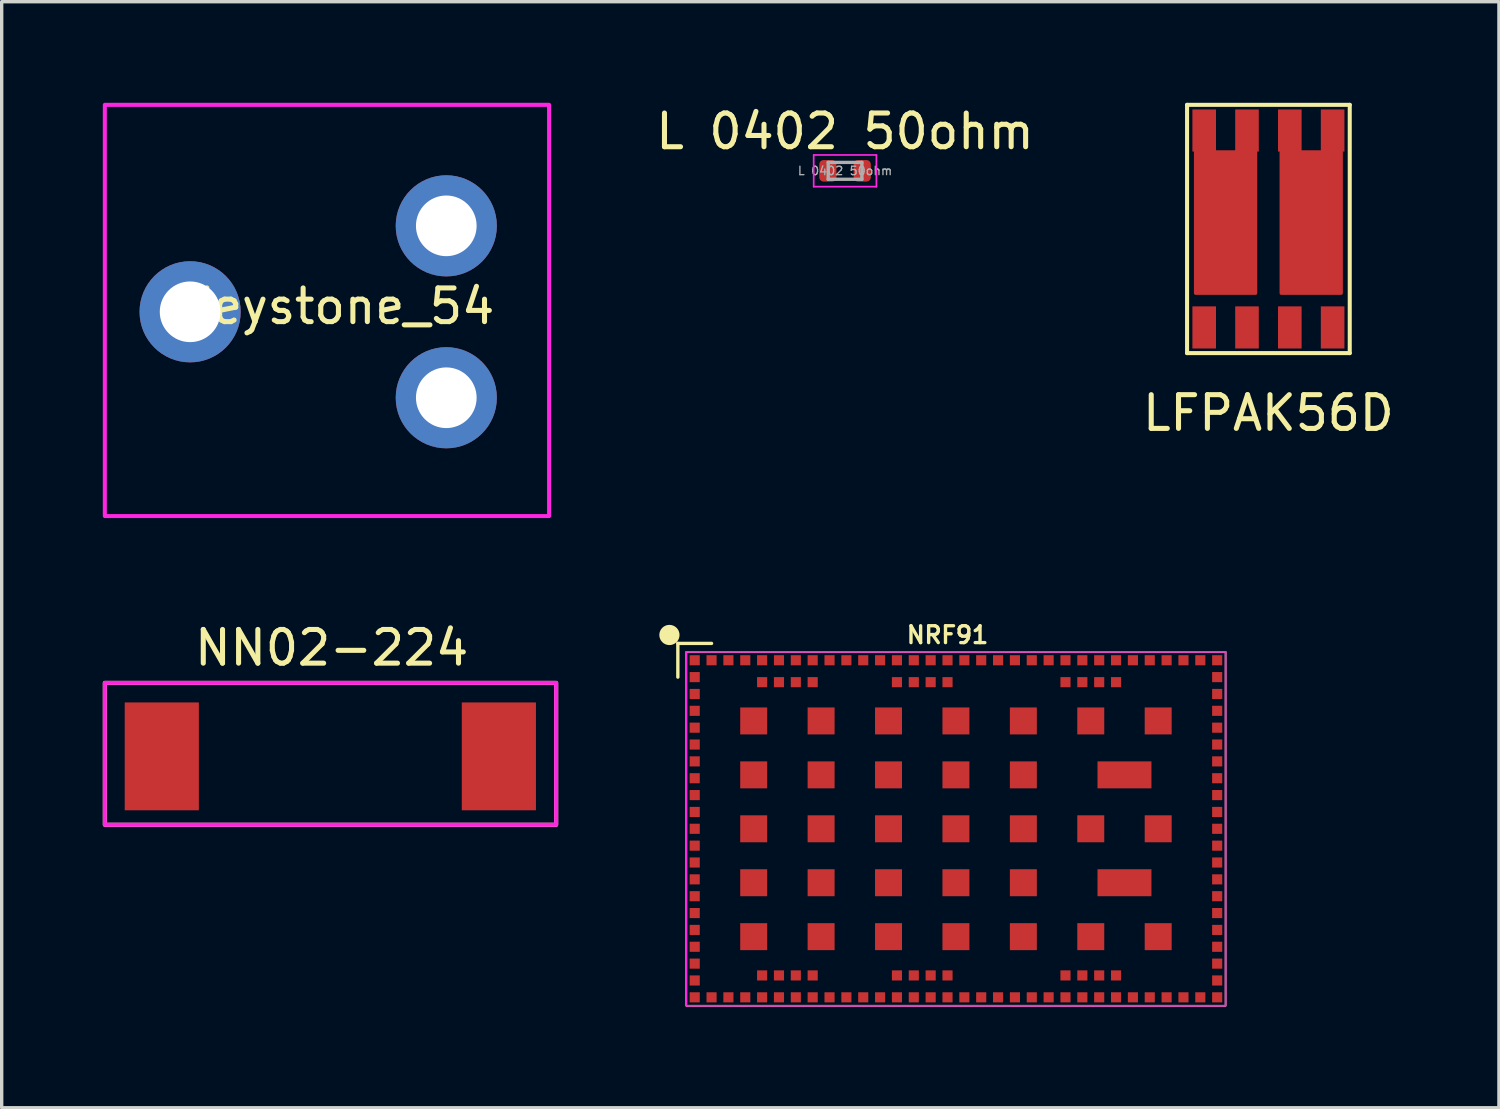
<source format=kicad_pcb>
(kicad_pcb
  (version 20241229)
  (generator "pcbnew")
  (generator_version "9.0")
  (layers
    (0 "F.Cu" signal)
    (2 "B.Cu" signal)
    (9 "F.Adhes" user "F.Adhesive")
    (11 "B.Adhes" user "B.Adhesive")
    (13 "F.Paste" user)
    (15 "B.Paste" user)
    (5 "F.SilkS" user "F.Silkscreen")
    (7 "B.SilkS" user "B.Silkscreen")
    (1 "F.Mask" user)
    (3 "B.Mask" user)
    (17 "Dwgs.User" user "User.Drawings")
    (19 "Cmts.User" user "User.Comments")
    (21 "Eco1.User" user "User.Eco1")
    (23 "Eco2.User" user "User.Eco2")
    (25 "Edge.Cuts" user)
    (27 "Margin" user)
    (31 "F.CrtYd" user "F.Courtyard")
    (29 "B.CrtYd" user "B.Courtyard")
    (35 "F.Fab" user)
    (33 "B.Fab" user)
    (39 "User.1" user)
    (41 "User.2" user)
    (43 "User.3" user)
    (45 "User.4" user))
  (footprint "LFPAK56D"
    (layer "F.Cu")
    (at 37.755 5.267)
    (property "Reference" "LFPAK56D" (at -3.175 3.937 0) (layer "F.SilkS") (effects (font (size 1 1) (thickness 0.15))))
    (attr through_hole)
    (fp_poly (pts (xy -3.556 0.381) (xy -5.334 0.381) (xy -5.334 -3.81) (xy -3.556 -3.81)) (stroke (width 0.1) (type solid)) (fill yes) (layer "F.Cu"))
    (fp_poly (pts (xy -1.016 0.381) (xy -2.794 0.381) (xy -2.794 -3.81) (xy -1.016 -3.81)) (stroke (width 0.1) (type solid)) (fill yes) (layer "F.Cu"))
    (fp_line (start -5.588 -5.207) (end -0.762 -5.207) (stroke (width 0.12) (type solid)) (layer "F.SilkS"))
    (fp_line (start -5.588 2.159) (end -5.588 -5.207) (stroke (width 0.12) (type solid)) (layer "F.SilkS"))
    (fp_line (start -0.762 -5.207) (end -0.762 2.159) (stroke (width 0.12) (type solid)) (layer "F.SilkS"))
    (fp_line (start -0.762 2.159) (end -5.588 2.159) (stroke (width 0.12) (type solid)) (layer "F.SilkS"))
    (pad "1" smd rect (at -5.08 1.397) (size 0.7 1.25) (layers "F.Cu" "F.Mask" "F.Paste"))
    (pad "2" smd rect (at -3.81 1.397) (size 0.7 1.25) (layers "F.Cu" "F.Mask" "F.Paste"))
    (pad "3" smd rect (at -2.54 1.397) (size 0.7 1.25) (layers "F.Cu" "F.Mask" "F.Paste"))
    (pad "4" smd rect (at -1.27 1.397) (size 0.7 1.25) (layers "F.Cu" "F.Mask" "F.Paste"))
    (pad "5" smd rect (at -1.27 -4.445) (size 0.7 1.25) (layers "F.Cu" "F.Mask" "F.Paste"))
    (pad "6" smd rect (at -2.54 -4.445) (size 0.7 1.25) (layers "F.Cu" "F.Mask" "F.Paste"))
    (pad "7" smd rect (at -3.81 -4.445) (size 0.7 1.25) (layers "F.Cu" "F.Mask" "F.Paste"))
    (pad "8" smd rect (at -5.08 -4.445) (size 0.7 1.25) (layers "F.Cu" "F.Mask" "F.Paste")))
  (footprint "L 0402 50ohm"
    (layer "F.Cu")
    (at 22.02 2.018)
    (property "Reference" "L 0402 50ohm" (at 0 -1.17 0) (layer "F.SilkS") (effects (font (size 1 1) (thickness 0.15))))
    (attr smd)
    (fp_line (start -0.93 -0.47) (end 0.93 -0.47) (stroke (width 0.05) (type solid)) (layer "F.CrtYd"))
    (fp_line (start -0.93 0.47) (end -0.93 -0.47) (stroke (width 0.05) (type solid)) (layer "F.CrtYd"))
    (fp_line (start 0.93 -0.47) (end 0.93 0.47) (stroke (width 0.05) (type solid)) (layer "F.CrtYd"))
    (fp_line (start 0.93 0.47) (end -0.93 0.47) (stroke (width 0.05) (type solid)) (layer "F.CrtYd"))
    (fp_line (start -0.5 -0.25) (end 0.5 -0.25) (stroke (width 0.1) (type solid)) (layer "F.Fab"))
    (fp_line (start -0.5 0.25) (end -0.5 -0.25) (stroke (width 0.1) (type solid)) (layer "F.Fab"))
    (fp_line (start 0.5 -0.25) (end 0.5 0.25) (stroke (width 0.1) (type solid)) (layer "F.Fab"))
    (fp_line (start 0.5 0.25) (end -0.5 0.25) (stroke (width 0.1) (type solid)) (layer "F.Fab"))
    (fp_text user "${REFERENCE}" (at 0 0 0) (layer "F.Fab") (effects (font (size 0.25 0.25) (thickness 0.04))))
    (pad "1" smd roundrect (at -0.51 0) (size 0.51 0.64) (layers "F.Cu" "F.Mask" "F.Paste") (roundrect_rratio 0.25))
    (pad "2" smd roundrect (at 0.51 0) (size 0.51 0.64) (layers "F.Cu" "F.Mask" "F.Paste") (roundrect_rratio 0.25)))
  (footprint "NN02-224"
    (layer "F.Cu")
    (at 1.75 19.389)
    (property "Reference" "NN02-224" (at 5.04 -3.22 0) (unlocked yes) (layer "F.SilkS") (effects (font (size 1 1) (thickness 0.15))))
    (attr smd)
    (fp_rect (start -1.69 -2.18) (end 11.7 2.03) (stroke (width 0.12) (type solid)) (fill no) (layer "F.SilkS"))
    (fp_rect (start -1.69 -2.18) (end 11.7 2.03) (stroke (width 0.12) (type solid)) (fill no) (layer "F.CrtYd"))
    (pad "1" smd rect (at 0 0) (size 2.2 3.2) (layers "F.Cu" "F.Mask" "F.Paste"))
    (pad "2" smd rect (at 10 0) (size 2.2 3.2) (layers "F.Cu" "F.Mask" "F.Paste")))
  (footprint "NRF91"
    (layer "F.Cu")
    (at 17.56 16.538)
    (property "Reference" "NRF91" (at 7.5 -0.75 0) (unlocked yes) (layer "F.SilkS") (effects (font (size 0.5 0.5) (thickness 0.1))))
    (attr smd)
    (fp_line (start -0.5 -0.5) (end 0.5 -0.5) (stroke (width 0.1) (type default)) (layer "F.SilkS"))
    (fp_line (start -0.5 0.5) (end -0.5 -0.5) (stroke (width 0.1) (type default)) (layer "F.SilkS"))
    (fp_rect (start -0.25 -0.25) (end 15.75 10.25) (stroke (width 0.05) (type default)) (fill no) (layer "F.SilkS"))
    (fp_circle (center -0.75 -0.75) (end -0.5 -0.75) (stroke (width 0.1) (type solid)) (fill yes) (layer "F.SilkS"))
    (fp_rect (start -0.25 -0.25) (end 15.75 10.25) (stroke (width 0.05) (type default)) (fill no) (layer "F.CrtYd"))
    (pad "1" smd rect (at 0 0) (size 0.3 0.3) (layers "F.Cu" "F.Mask" "F.Paste"))
    (pad "2" smd rect (at 0 0.5) (size 0.3 0.3) (layers "F.Cu" "F.Mask" "F.Paste"))
    (pad "3" smd rect (at 0 1) (size 0.3 0.3) (layers "F.Cu" "F.Mask" "F.Paste"))
    (pad "4" smd rect (at 0 1.5) (size 0.3 0.3) (layers "F.Cu" "F.Mask" "F.Paste"))
    (pad "5" smd rect (at 0 2) (size 0.3 0.3) (layers "F.Cu" "F.Mask" "F.Paste"))
    (pad "6" smd rect (at 0 2.5) (size 0.3 0.3) (layers "F.Cu" "F.Mask" "F.Paste"))
    (pad "7" smd rect (at 0 3) (size 0.3 0.3) (layers "F.Cu" "F.Mask" "F.Paste"))
    (pad "8" smd rect (at 0 3.5) (size 0.3 0.3) (layers "F.Cu" "F.Mask" "F.Paste"))
    (pad "9" smd rect (at 0 4) (size 0.3 0.3) (layers "F.Cu" "F.Mask" "F.Paste"))
    (pad "10" smd rect (at 0 4.5) (size 0.3 0.3) (layers "F.Cu" "F.Mask" "F.Paste"))
    (pad "11" smd rect (at 0 5) (size 0.3 0.3) (layers "F.Cu" "F.Mask" "F.Paste"))
    (pad "12" smd rect (at 0 5.5) (size 0.3 0.3) (layers "F.Cu" "F.Mask" "F.Paste"))
    (pad "13" smd rect (at 0 6) (size 0.3 0.3) (layers "F.Cu" "F.Mask" "F.Paste"))
    (pad "14" smd rect (at 0 6.5) (size 0.3 0.3) (layers "F.Cu" "F.Mask" "F.Paste"))
    (pad "15" smd rect (at 0 7) (size 0.3 0.3) (layers "F.Cu" "F.Mask" "F.Paste"))
    (pad "16" smd rect (at 0 7.5) (size 0.3 0.3) (layers "F.Cu" "F.Mask" "F.Paste"))
    (pad "17" smd rect (at 0 8) (size 0.3 0.3) (layers "F.Cu" "F.Mask" "F.Paste"))
    (pad "18" smd rect (at 0 8.5) (size 0.3 0.3) (layers "F.Cu" "F.Mask" "F.Paste"))
    (pad "19" smd rect (at 0 9) (size 0.3 0.3) (layers "F.Cu" "F.Mask" "F.Paste"))
    (pad "20" smd rect (at 0 9.5) (size 0.3 0.3) (layers "F.Cu" "F.Mask" "F.Paste"))
    (pad "21" smd rect (at 0 10) (size 0.3 0.3) (layers "F.Cu" "F.Mask" "F.Paste"))
    (pad "22" smd rect (at 0.5 10) (size 0.3 0.3) (layers "F.Cu" "F.Mask" "F.Paste"))
    (pad "23" smd rect (at 1 10) (size 0.3 0.3) (layers "F.Cu" "F.Mask" "F.Paste"))
    (pad "24" smd rect (at 1.5 10) (size 0.3 0.3) (layers "F.Cu" "F.Mask" "F.Paste"))
    (pad "25" smd rect (at 2 10) (size 0.3 0.3) (layers "F.Cu" "F.Mask" "F.Paste"))
    (pad "26" smd rect (at 2.5 10) (size 0.3 0.3) (layers "F.Cu" "F.Mask" "F.Paste"))
    (pad "27" smd rect (at 3 10) (size 0.3 0.3) (layers "F.Cu" "F.Mask" "F.Paste"))
    (pad "28" smd rect (at 3.5 10) (size 0.3 0.3) (layers "F.Cu" "F.Mask" "F.Paste"))
    (pad "29" smd rect (at 4 10) (size 0.3 0.3) (layers "F.Cu" "F.Mask" "F.Paste"))
    (pad "30" smd rect (at 4.5 10) (size 0.3 0.3) (layers "F.Cu" "F.Mask" "F.Paste"))
    (pad "31" smd rect (at 5 10) (size 0.3 0.3) (layers "F.Cu" "F.Mask" "F.Paste"))
    (pad "32" smd rect (at 5.5 10) (size 0.3 0.3) (layers "F.Cu" "F.Mask" "F.Paste"))
    (pad "33" smd rect (at 6 10) (size 0.3 0.3) (layers "F.Cu" "F.Mask" "F.Paste"))
    (pad "34" smd rect (at 6.5 10) (size 0.3 0.3) (layers "F.Cu" "F.Mask" "F.Paste"))
    (pad "35" smd rect (at 7 10) (size 0.3 0.3) (layers "F.Cu" "F.Mask" "F.Paste"))
    (pad "36" smd rect (at 7.5 10) (size 0.3 0.3) (layers "F.Cu" "F.Mask" "F.Paste"))
    (pad "37" smd rect (at 8 10) (size 0.3 0.3) (layers "F.Cu" "F.Mask" "F.Paste"))
    (pad "38" smd rect (at 8.5 10) (size 0.3 0.3) (layers "F.Cu" "F.Mask" "F.Paste"))
    (pad "39" smd rect (at 9 10) (size 0.3 0.3) (layers "F.Cu" "F.Mask" "F.Paste"))
    (pad "40" smd rect (at 9.5 10) (size 0.3 0.3) (layers "F.Cu" "F.Mask" "F.Paste"))
    (pad "41" smd rect (at 10 10) (size 0.3 0.3) (layers "F.Cu" "F.Mask" "F.Paste"))
    (pad "42" smd rect (at 10.5 10) (size 0.3 0.3) (layers "F.Cu" "F.Mask" "F.Paste"))
    (pad "43" smd rect (at 11 10) (size 0.3 0.3) (layers "F.Cu" "F.Mask" "F.Paste"))
    (pad "44" smd rect (at 11.5 10) (size 0.3 0.3) (layers "F.Cu" "F.Mask" "F.Paste"))
    (pad "45" smd rect (at 12 10) (size 0.3 0.3) (layers "F.Cu" "F.Mask" "F.Paste"))
    (pad "46" smd rect (at 12.5 10) (size 0.3 0.3) (layers "F.Cu" "F.Mask" "F.Paste"))
    (pad "47" smd rect (at 13 10) (size 0.3 0.3) (layers "F.Cu" "F.Mask" "F.Paste"))
    (pad "48" smd rect (at 13.5 10) (size 0.3 0.3) (layers "F.Cu" "F.Mask" "F.Paste"))
    (pad "49" smd rect (at 14 10) (size 0.3 0.3) (layers "F.Cu" "F.Mask" "F.Paste"))
    (pad "50" smd rect (at 14.5 10) (size 0.3 0.3) (layers "F.Cu" "F.Mask" "F.Paste"))
    (pad "51" smd rect (at 15 10) (size 0.3 0.3) (layers "F.Cu" "F.Mask" "F.Paste"))
    (pad "52" smd rect (at 15.5 10 180) (size 0.3 0.3) (layers "F.Cu" "F.Mask" "F.Paste"))
    (pad "53" smd rect (at 15.5 9.5 180) (size 0.3 0.3) (layers "F.Cu" "F.Mask" "F.Paste"))
    (pad "54" smd rect (at 15.5 9 180) (size 0.3 0.3) (layers "F.Cu" "F.Mask" "F.Paste"))
    (pad "55" smd rect (at 15.5 8.5 180) (size 0.3 0.3) (layers "F.Cu" "F.Mask" "F.Paste"))
    (pad "56" smd rect (at 15.5 8 180) (size 0.3 0.3) (layers "F.Cu" "F.Mask" "F.Paste"))
    (pad "57" smd rect (at 15.5 7.5 180) (size 0.3 0.3) (layers "F.Cu" "F.Mask" "F.Paste"))
    (pad "58" smd rect (at 15.5 7 180) (size 0.3 0.3) (layers "F.Cu" "F.Mask" "F.Paste"))
    (pad "59" smd rect (at 15.5 6.5 180) (size 0.3 0.3) (layers "F.Cu" "F.Mask" "F.Paste"))
    (pad "60" smd rect (at 15.5 6 180) (size 0.3 0.3) (layers "F.Cu" "F.Mask" "F.Paste"))
    (pad "61" smd rect (at 15.5 5.5 180) (size 0.3 0.3) (layers "F.Cu" "F.Mask" "F.Paste"))
    (pad "62" smd rect (at 15.5 5 180) (size 0.3 0.3) (layers "F.Cu" "F.Mask" "F.Paste"))
    (pad "63" smd rect (at 15.5 4.5 180) (size 0.3 0.3) (layers "F.Cu" "F.Mask" "F.Paste"))
    (pad "64" smd rect (at 15.5 4 180) (size 0.3 0.3) (layers "F.Cu" "F.Mask" "F.Paste"))
    (pad "65" smd rect (at 15.5 3.5 180) (size 0.3 0.3) (layers "F.Cu" "F.Mask" "F.Paste"))
    (pad "66" smd rect (at 15.5 3 180) (size 0.3 0.3) (layers "F.Cu" "F.Mask" "F.Paste"))
    (pad "67" smd rect (at 15.5 2.5 180) (size 0.3 0.3) (layers "F.Cu" "F.Mask" "F.Paste"))
    (pad "68" smd rect (at 15.5 2 180) (size 0.3 0.3) (layers "F.Cu" "F.Mask" "F.Paste"))
    (pad "69" smd rect (at 15.5 1.5 180) (size 0.3 0.3) (layers "F.Cu" "F.Mask" "F.Paste"))
    (pad "70" smd rect (at 15.5 1 180) (size 0.3 0.3) (layers "F.Cu" "F.Mask" "F.Paste"))
    (pad "71" smd rect (at 15.5 0.5 180) (size 0.3 0.3) (layers "F.Cu" "F.Mask" "F.Paste"))
    (pad "72" smd rect (at 15.5 0) (size 0.3 0.3) (layers "F.Cu" "F.Mask" "F.Paste"))
    (pad "73" smd rect (at 15 0) (size 0.3 0.3) (layers "F.Cu" "F.Mask" "F.Paste"))
    (pad "74" smd rect (at 14.5 0) (size 0.3 0.3) (layers "F.Cu" "F.Mask" "F.Paste"))
    (pad "75" smd rect (at 14 0) (size 0.3 0.3) (layers "F.Cu" "F.Mask" "F.Paste"))
    (pad "76" smd rect (at 13.5 0) (size 0.3 0.3) (layers "F.Cu" "F.Mask" "F.Paste"))
    (pad "77" smd rect (at 13 0) (size 0.3 0.3) (layers "F.Cu" "F.Mask" "F.Paste"))
    (pad "78" smd rect (at 12.5 0) (size 0.3 0.3) (layers "F.Cu" "F.Mask" "F.Paste"))
    (pad "79" smd rect (at 12 0) (size 0.3 0.3) (layers "F.Cu" "F.Mask" "F.Paste"))
    (pad "80" smd rect (at 11.5 0) (size 0.3 0.3) (layers "F.Cu" "F.Mask" "F.Paste"))
    (pad "81" smd rect (at 11 0) (size 0.3 0.3) (layers "F.Cu" "F.Mask" "F.Paste"))
    (pad "82" smd rect (at 10.5 0) (size 0.3 0.3) (layers "F.Cu" "F.Mask" "F.Paste"))
    (pad "83" smd rect (at 10 0) (size 0.3 0.3) (layers "F.Cu" "F.Mask" "F.Paste"))
    (pad "84" smd rect (at 9.5 0) (size 0.3 0.3) (layers "F.Cu" "F.Mask" "F.Paste"))
    (pad "85" smd rect (at 9 0) (size 0.3 0.3) (layers "F.Cu" "F.Mask" "F.Paste"))
    (pad "86" smd rect (at 8.5 0) (size 0.3 0.3) (layers "F.Cu" "F.Mask" "F.Paste"))
    (pad "87" smd rect (at 8 0) (size 0.3 0.3) (layers "F.Cu" "F.Mask" "F.Paste"))
    (pad "88" smd rect (at 7.5 0) (size 0.3 0.3) (layers "F.Cu" "F.Mask" "F.Paste"))
    (pad "89" smd rect (at 7 0) (size 0.3 0.3) (layers "F.Cu" "F.Mask" "F.Paste"))
    (pad "90" smd rect (at 6.5 0) (size 0.3 0.3) (layers "F.Cu" "F.Mask" "F.Paste"))
    (pad "91" smd rect (at 6 0) (size 0.3 0.3) (layers "F.Cu" "F.Mask" "F.Paste"))
    (pad "92" smd rect (at 5.5 0) (size 0.3 0.3) (layers "F.Cu" "F.Mask" "F.Paste"))
    (pad "93" smd rect (at 5 0) (size 0.3 0.3) (layers "F.Cu" "F.Mask" "F.Paste"))
    (pad "94" smd rect (at 4.5 0) (size 0.3 0.3) (layers "F.Cu" "F.Mask" "F.Paste"))
    (pad "95" smd rect (at 4 0) (size 0.3 0.3) (layers "F.Cu" "F.Mask" "F.Paste"))
    (pad "96" smd rect (at 3.5 0) (size 0.3 0.3) (layers "F.Cu" "F.Mask" "F.Paste"))
    (pad "97" smd rect (at 3 0) (size 0.3 0.3) (layers "F.Cu" "F.Mask" "F.Paste"))
    (pad "98" smd rect (at 2.5 0) (size 0.3 0.3) (layers "F.Cu" "F.Mask" "F.Paste"))
    (pad "99" smd rect (at 2 0) (size 0.3 0.3) (layers "F.Cu" "F.Mask" "F.Paste"))
    (pad "100" smd rect (at 1.5 0) (size 0.3 0.3) (layers "F.Cu" "F.Mask" "F.Paste"))
    (pad "101" smd rect (at 1 0) (size 0.3 0.3) (layers "F.Cu" "F.Mask" "F.Paste"))
    (pad "102" smd rect (at 0.5 0) (size 0.3 0.3) (layers "F.Cu" "F.Mask" "F.Paste"))
    (pad "103" smd rect (at 1.75 1.8) (size 0.8 0.8) (layers "F.Cu" "F.Mask" "F.Paste"))
    (pad "103" smd rect (at 1.75 3.4) (size 0.8 0.8) (layers "F.Cu" "F.Mask" "F.Paste"))
    (pad "103" smd rect (at 1.75 5) (size 0.8 0.8) (layers "F.Cu" "F.Mask" "F.Paste"))
    (pad "103" smd rect (at 1.75 6.6) (size 0.8 0.8) (layers "F.Cu" "F.Mask" "F.Paste"))
    (pad "103" smd rect (at 1.75 8.2) (size 0.8 0.8) (layers "F.Cu" "F.Mask" "F.Paste"))
    (pad "103" smd rect (at 3.75 1.8) (size 0.8 0.8) (layers "F.Cu" "F.Mask" "F.Paste"))
    (pad "103" smd rect (at 3.75 3.4) (size 0.8 0.8) (layers "F.Cu" "F.Mask" "F.Paste"))
    (pad "103" smd rect (at 3.75 5) (size 0.8 0.8) (layers "F.Cu" "F.Mask" "F.Paste"))
    (pad "103" smd rect (at 3.75 6.6) (size 0.8 0.8) (layers "F.Cu" "F.Mask" "F.Paste"))
    (pad "103" smd rect (at 3.75 8.2) (size 0.8 0.8) (layers "F.Cu" "F.Mask" "F.Paste"))
    (pad "103" smd rect (at 5.75 1.8) (size 0.8 0.8) (layers "F.Cu" "F.Mask" "F.Paste"))
    (pad "103" smd rect (at 5.75 3.4) (size 0.8 0.8) (layers "F.Cu" "F.Mask" "F.Paste"))
    (pad "103" smd rect (at 5.75 5) (size 0.8 0.8) (layers "F.Cu" "F.Mask" "F.Paste"))
    (pad "103" smd rect (at 5.75 6.6) (size 0.8 0.8) (layers "F.Cu" "F.Mask" "F.Paste"))
    (pad "103" smd rect (at 5.75 8.2) (size 0.8 0.8) (layers "F.Cu" "F.Mask" "F.Paste"))
    (pad "103" smd rect (at 7.75 1.8) (size 0.8 0.8) (layers "F.Cu" "F.Mask" "F.Paste"))
    (pad "103" smd rect (at 7.75 3.4) (size 0.8 0.8) (layers "F.Cu" "F.Mask" "F.Paste"))
    (pad "103" smd rect (at 7.75 5) (size 0.8 0.8) (layers "F.Cu" "F.Mask" "F.Paste"))
    (pad "103" smd rect (at 7.75 6.6) (size 0.8 0.8) (layers "F.Cu" "F.Mask" "F.Paste"))
    (pad "103" smd rect (at 7.75 8.2) (size 0.8 0.8) (layers "F.Cu" "F.Mask" "F.Paste"))
    (pad "103" smd rect (at 9.75 1.8) (size 0.8 0.8) (layers "F.Cu" "F.Mask" "F.Paste"))
    (pad "103" smd rect (at 9.75 3.4) (size 0.8 0.8) (layers "F.Cu" "F.Mask" "F.Paste"))
    (pad "103" smd rect (at 9.75 5) (size 0.8 0.8) (layers "F.Cu" "F.Mask" "F.Paste"))
    (pad "103" smd rect (at 9.75 6.6) (size 0.8 0.8) (layers "F.Cu" "F.Mask" "F.Paste"))
    (pad "103" smd rect (at 9.75 8.2) (size 0.8 0.8) (layers "F.Cu" "F.Mask" "F.Paste"))
    (pad "103" smd rect (at 11.75 1.8) (size 0.8 0.8) (layers "F.Cu" "F.Mask" "F.Paste"))
    (pad "103" smd rect (at 11.75 5) (size 0.8 0.8) (layers "F.Cu" "F.Mask" "F.Paste"))
    (pad "103" smd rect (at 11.75 8.2) (size 0.8 0.8) (layers "F.Cu" "F.Mask" "F.Paste"))
    (pad "103" smd rect (at 12.75 3.4) (size 1.6 0.8) (layers "F.Cu" "F.Mask" "F.Paste"))
    (pad "103" smd rect (at 12.75 6.6) (size 1.6 0.8) (layers "F.Cu" "F.Mask" "F.Paste"))
    (pad "103" smd rect (at 13.75 1.8) (size 0.8 0.8) (layers "F.Cu" "F.Mask" "F.Paste"))
    (pad "103" smd rect (at 13.75 5) (size 0.8 0.8) (layers "F.Cu" "F.Mask" "F.Paste"))
    (pad "103" smd rect (at 13.75 8.2) (size 0.8 0.8) (layers "F.Cu" "F.Mask" "F.Paste"))
    (pad "104" smd rect (at 2 9.35) (size 0.3 0.3) (layers "F.Cu" "F.Mask" "F.Paste"))
    (pad "105" smd rect (at 2.5 9.35) (size 0.3 0.3) (layers "F.Cu" "F.Mask" "F.Paste"))
    (pad "106" smd rect (at 3 9.35) (size 0.3 0.3) (layers "F.Cu" "F.Mask" "F.Paste"))
    (pad "107" smd rect (at 3.5 9.35) (size 0.3 0.3) (layers "F.Cu" "F.Mask" "F.Paste"))
    (pad "108" smd rect (at 6 9.35) (size 0.3 0.3) (layers "F.Cu" "F.Mask" "F.Paste"))
    (pad "109" smd rect (at 6.5 9.35) (size 0.3 0.3) (layers "F.Cu" "F.Mask" "F.Paste"))
    (pad "110" smd rect (at 7 9.35) (size 0.3 0.3) (layers "F.Cu" "F.Mask" "F.Paste"))
    (pad "111" smd rect (at 7.5 9.35) (size 0.3 0.3) (layers "F.Cu" "F.Mask" "F.Paste"))
    (pad "112" smd rect (at 11 9.35 90) (size 0.3 0.3) (layers "F.Cu" "F.Mask" "F.Paste"))
    (pad "113" smd rect (at 11.5 9.35 90) (size 0.3 0.3) (layers "F.Cu" "F.Mask" "F.Paste"))
    (pad "114" smd rect (at 12 9.35 90) (size 0.3 0.3) (layers "F.Cu" "F.Mask" "F.Paste"))
    (pad "115" smd rect (at 12.5 9.35 90) (size 0.3 0.3) (layers "F.Cu" "F.Mask" "F.Paste"))
    (pad "116" smd rect (at 12.5 0.65 270) (size 0.3 0.3) (layers "F.Cu" "F.Mask" "F.Paste"))
    (pad "117" smd rect (at 12 0.65 270) (size 0.3 0.3) (layers "F.Cu" "F.Mask" "F.Paste"))
    (pad "118" smd rect (at 11.5 0.65 270) (size 0.3 0.3) (layers "F.Cu" "F.Mask" "F.Paste"))
    (pad "119" smd rect (at 11 0.65 270) (size 0.3 0.3) (layers "F.Cu" "F.Mask" "F.Paste"))
    (pad "120" smd rect (at 7.5 0.65 90) (size 0.3 0.3) (layers "F.Cu" "F.Mask" "F.Paste"))
    (pad "121" smd rect (at 7 0.65 90) (size 0.3 0.3) (layers "F.Cu" "F.Mask" "F.Paste"))
    (pad "122" smd rect (at 6.5 0.65 90) (size 0.3 0.3) (layers "F.Cu" "F.Mask" "F.Paste"))
    (pad "123" smd rect (at 6 0.65 90) (size 0.3 0.3) (layers "F.Cu" "F.Mask" "F.Paste"))
    (pad "124" smd rect (at 3.5 0.65 90) (size 0.3 0.3) (layers "F.Cu" "F.Mask" "F.Paste"))
    (pad "125" smd rect (at 3 0.65 90) (size 0.3 0.3) (layers "F.Cu" "F.Mask" "F.Paste"))
    (pad "126" smd rect (at 2.5 0.65 90) (size 0.3 0.3) (layers "F.Cu" "F.Mask" "F.Paste"))
    (pad "127" smd rect (at 2 0.65 90) (size 0.3 0.3) (layers "F.Cu" "F.Mask" "F.Paste")))
  (footprint "Keystone_54"
    (layer "F.Cu")
    (at 2.59 6.2)
    (property "Reference" "Keystone_54" (at 4.353 -0.163 0) (unlocked yes) (layer "F.SilkS") (effects (font (size 1 1) (thickness 0.15))))
    (attr through_hole)
    (fp_rect (start -2.53 -6.14) (end 10.65 6.06) (stroke (width 0.12) (type solid)) (fill no) (layer "F.CrtYd"))
    (pad "1" thru_hole circle (at 0 0) (size 3 3) (drill 1.8) (layers "*.Cu" "*.Mask"))
    (pad "1" thru_hole circle (at 7.6 -2.55) (size 3 3) (drill 1.8) (layers "*.Cu" "*.Mask"))
    (pad "1" thru_hole circle (at 7.6 2.55) (size 3 3) (drill 1.8) (layers "*.Cu" "*.Mask")))
  (gr_rect
    (start -3 -3)
    (end 41.419 29.813)
    (stroke (width 0.1) (type default))
    (fill no)
    (layer "Edge.Cuts")))
</source>
